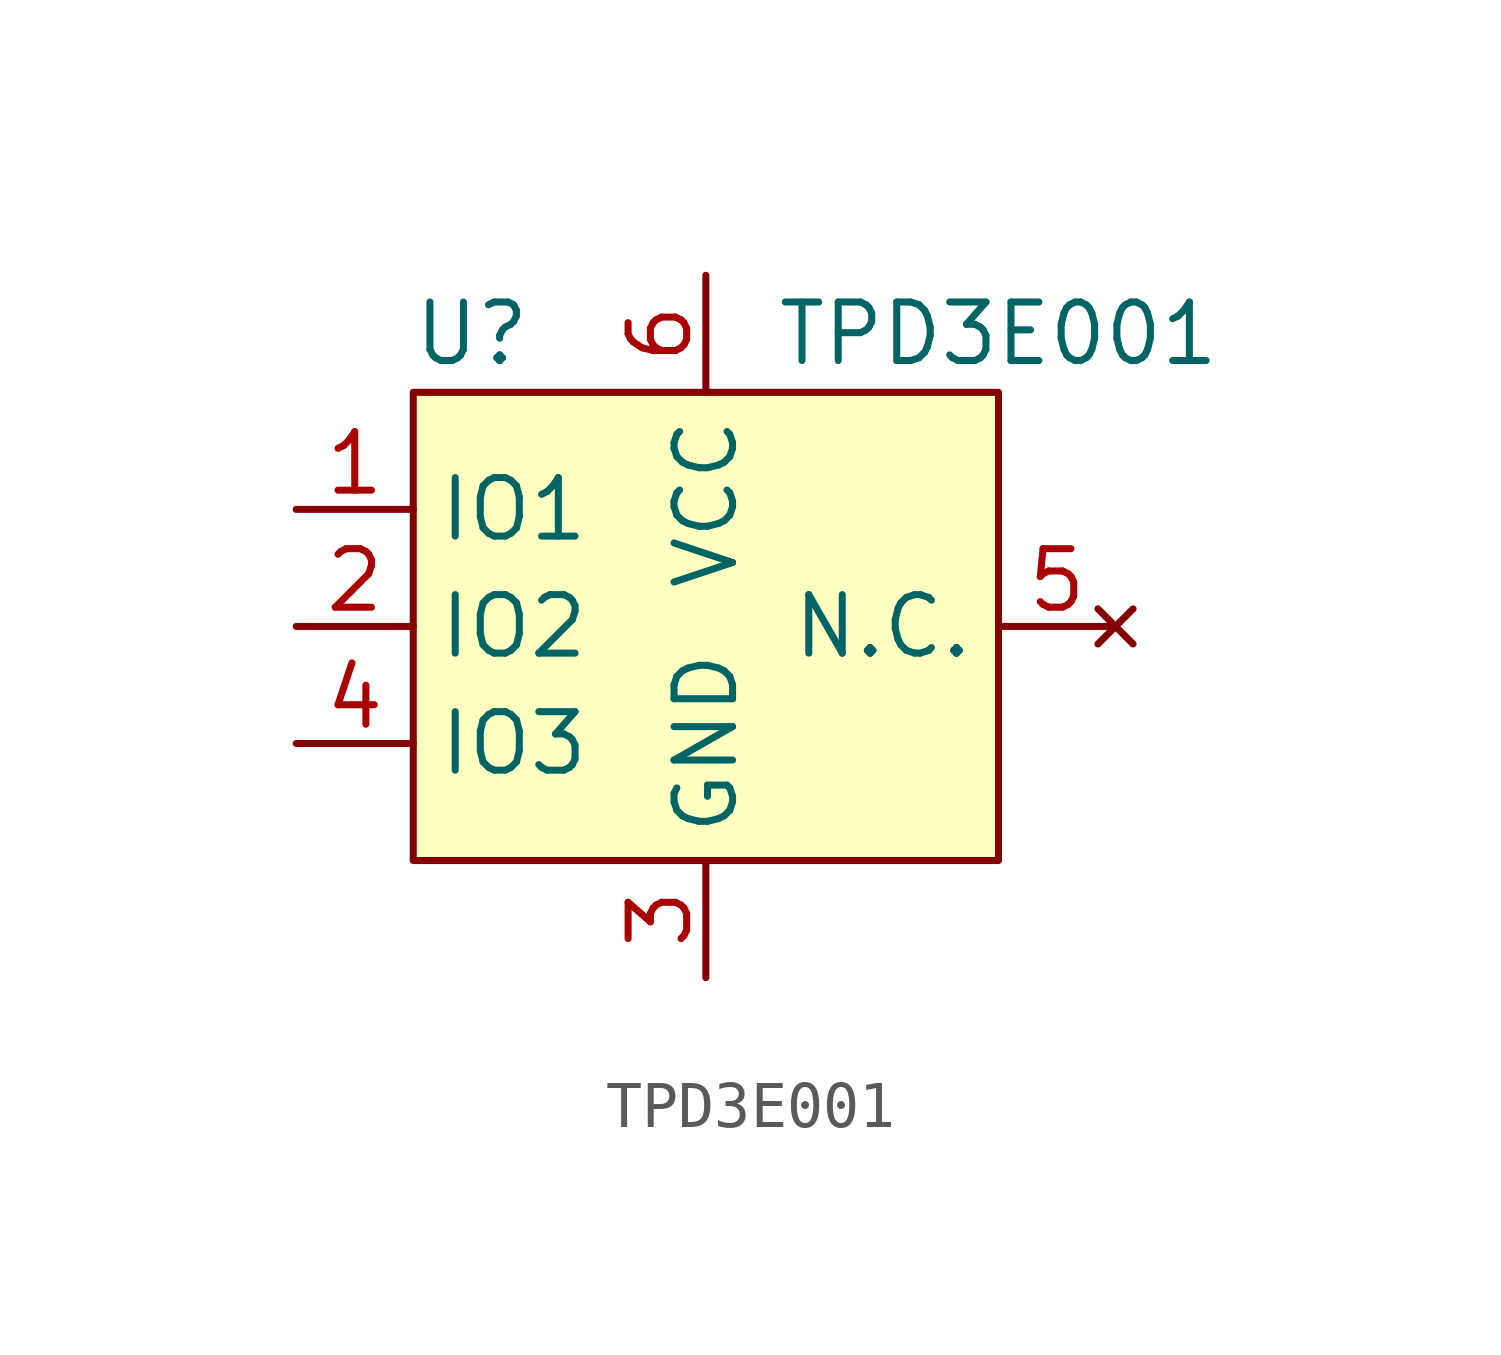
<source format=kicad_sym>
(kicad_symbol_lib
  (version 20211014)
  (generator kicad_symbol_editor)
  (symbol "TPD3E001"
    (property "Reference" "U"
      (at -5.08 6.35 0)
      (effects (font (size 1.27 1.27))))
    (property "Value" "TPD3E001"
      (at 6.35 6.35 0)
      (effects (font (size 1.27 1.27))))
    (symbol "TPD3E001_0_0"
      (pin input line (at -8.89 2.54 0) (length 2.54) (name "IO1" (effects (font (size 1.27 1.27)))) (number "1" (effects (font (size 1.27 1.27)))))
      (pin input line (at -8.89 0 0) (length 2.54) (name "IO2" (effects (font (size 1.27 1.27)))) (number "2" (effects (font (size 1.27 1.27)))))
      (pin power_in line (at 0 -7.62 90) (length 2.54) (name "GND" (effects (font (size 1.27 1.27)))) (number "3" (effects (font (size 1.27 1.27)))))
      (pin input line (at -8.89 -2.54 0) (length 2.54) (name "IO3" (effects (font (size 1.27 1.27)))) (number "4" (effects (font (size 1.27 1.27)))))
      (pin no_connect line (at 8.89 0 180) (length 2.54) (name "N.C." (effects (font (size 1.27 1.27)))) (number "5" (effects (font (size 1.27 1.27)))))
      (pin power_in line (at 0 7.62 270) (length 2.54) (name "VCC" (effects (font (size 1.27 1.27)))) (number "6" (effects (font (size 1.27 1.27))))))
    (symbol "TPD3E001_0_1"
      (rectangle (start -6.35 5.08) (end 6.35 -5.08) (stroke (width 0) (type default) (color 0 0 0 0)) (fill (type background))))))
</source>
